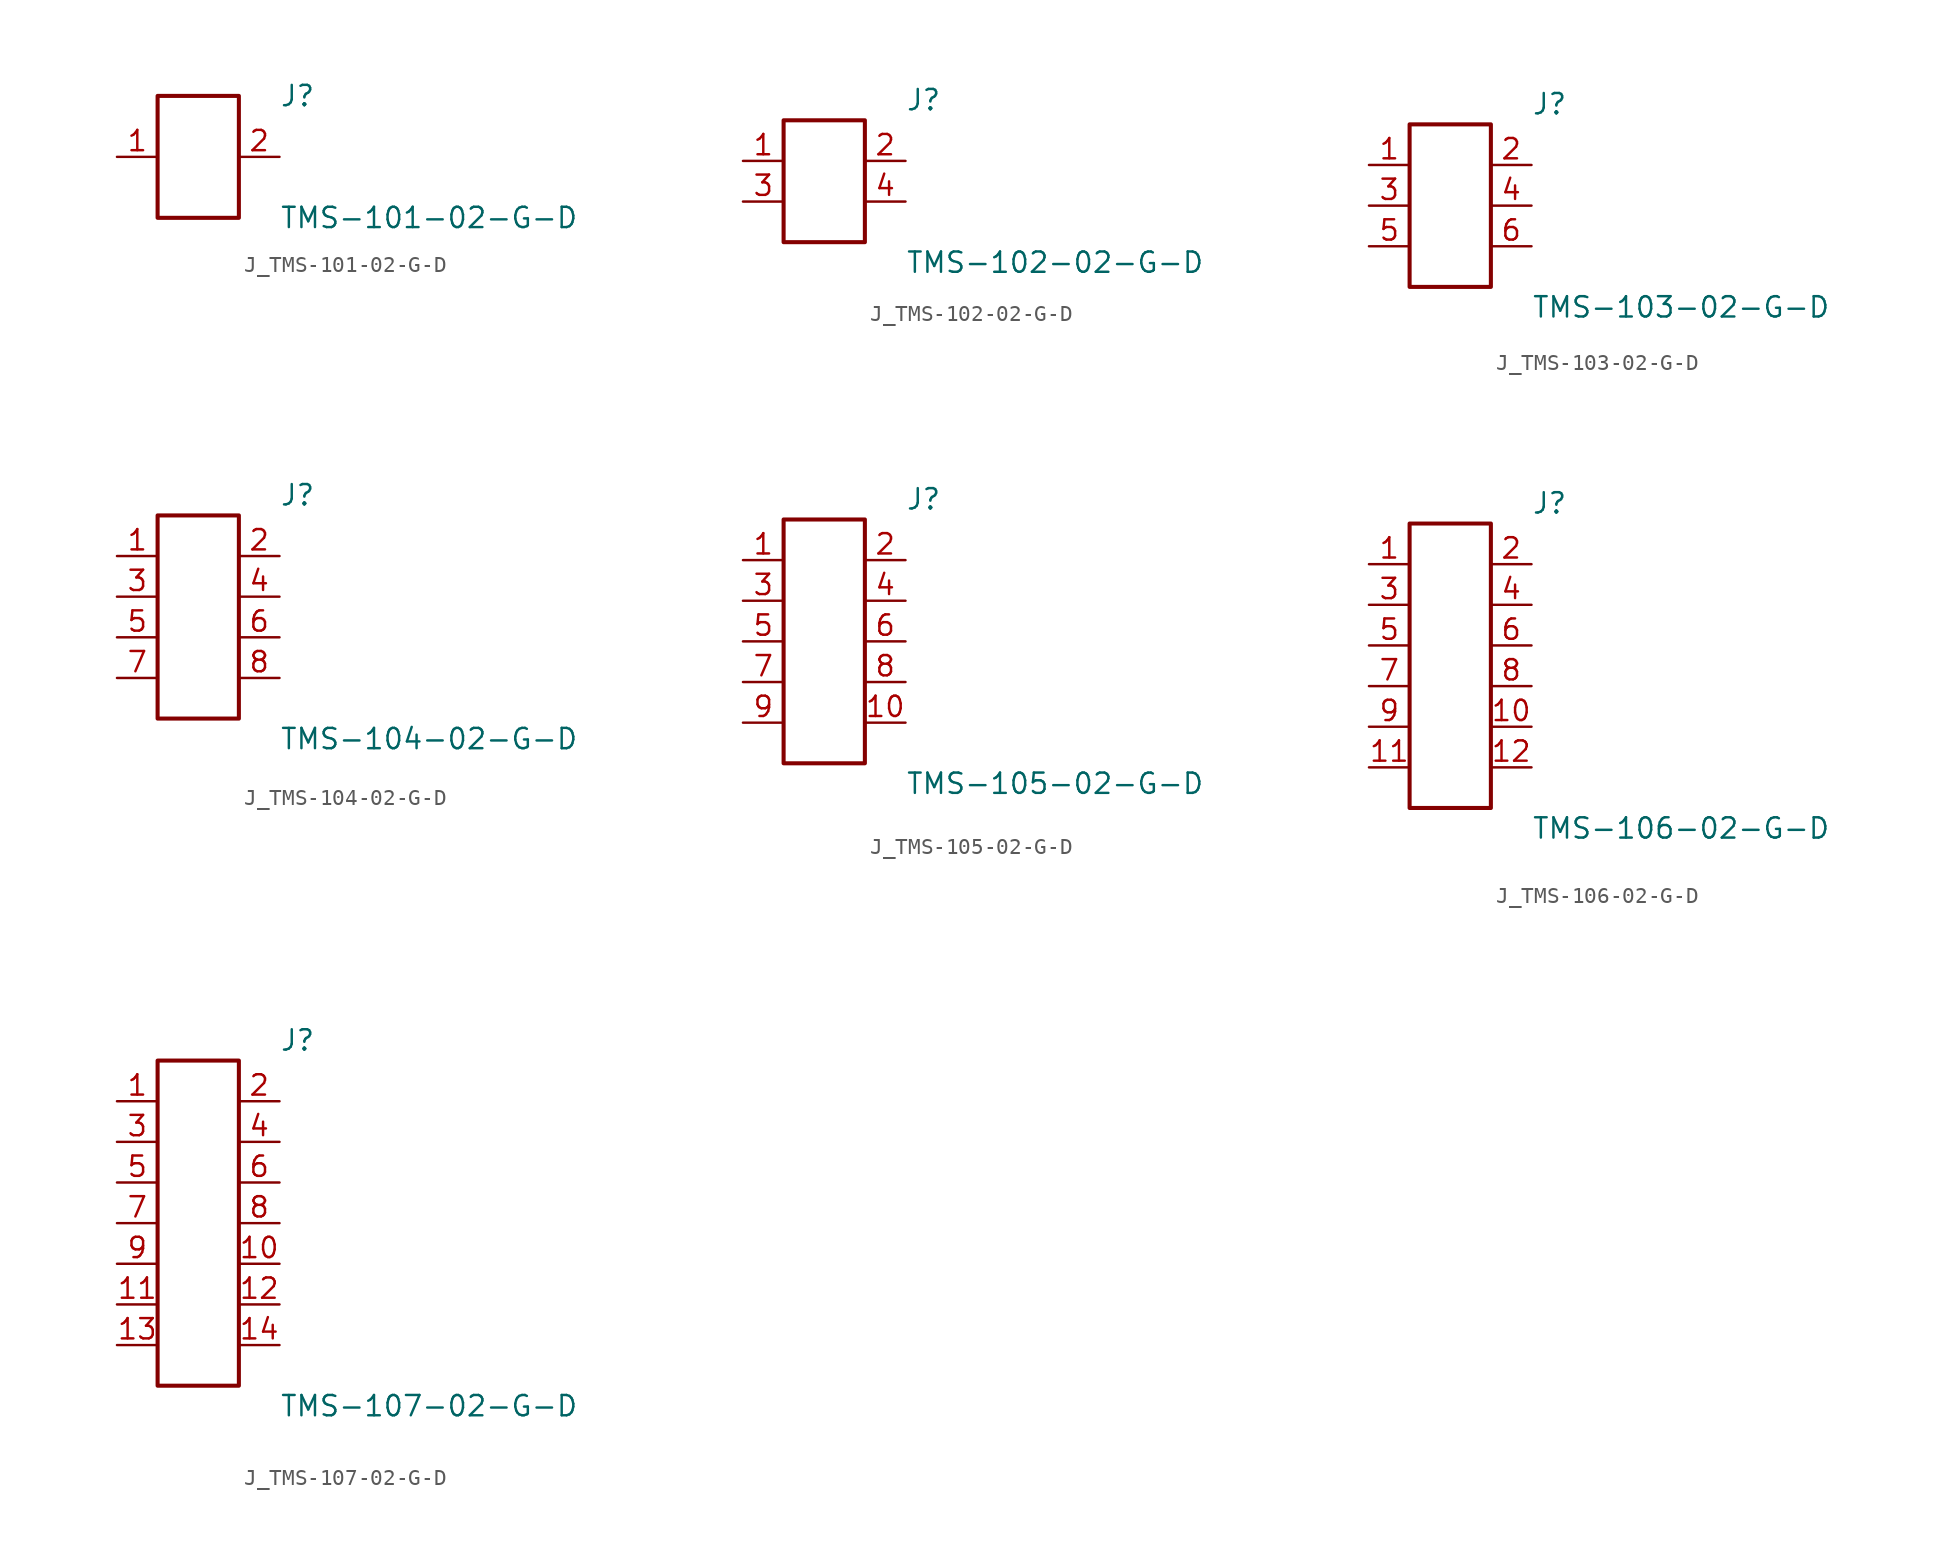
<source format=kicad_sym>
(kicad_symbol_lib
  (version 20231120)
  (generator kicad_symbol_editor)
  (generator_version 8.0)
  (symbol "J_TMS-101-02-G-D"
    (pin_names
      (offset 0.254))
    (property "Reference" "J"
      (at 5.08 3.81 0)
      (effects (font (size 1.27 1.27)) (justify left)))
    (property "Value" "TMS-101-02-G-D"
      (at 5.08 -3.81 0)
      (effects (font (size 1.27 1.27)) (justify left)))
    (symbol "J_TMS-101-02-G-D_0_0"
      (pin unspecified line (at -5.08 0.0 0) (length 2.54) (name "" (effects (font (size 1.27 1.27)))) (number "1" (effects (font (size 1.27 1.27)))))
      (pin unspecified line (at 5.08 0.0 180) (length 2.54) (name "" (effects (font (size 1.27 1.27)))) (number "2" (effects (font (size 1.27 1.27))))))
    (symbol "J_TMS-101-02-G-D_1_0"
      (rectangle (start -2.54 3.81) (end 2.54 -3.81) (stroke (width 0.254) (type solid)) (fill (type none)))))
  (symbol "J_TMS-102-02-G-D"
    (pin_names
      (offset 0.254))
    (property "Reference" "J"
      (at 5.08 5.08 0)
      (effects (font (size 1.27 1.27)) (justify left)))
    (property "Value" "TMS-102-02-G-D"
      (at 5.08 -5.08 0)
      (effects (font (size 1.27 1.27)) (justify left)))
    (symbol "J_TMS-102-02-G-D_0_0"
      (pin unspecified line (at -5.08 1.27 0) (length 2.54) (name "" (effects (font (size 1.27 1.27)))) (number "1" (effects (font (size 1.27 1.27)))))
      (pin unspecified line (at 5.08 1.27 180) (length 2.54) (name "" (effects (font (size 1.27 1.27)))) (number "2" (effects (font (size 1.27 1.27)))))
      (pin unspecified line (at -5.08 -1.27 0) (length 2.54) (name "" (effects (font (size 1.27 1.27)))) (number "3" (effects (font (size 1.27 1.27)))))
      (pin unspecified line (at 5.08 -1.27 180) (length 2.54) (name "" (effects (font (size 1.27 1.27)))) (number "4" (effects (font (size 1.27 1.27))))))
    (symbol "J_TMS-102-02-G-D_1_0"
      (rectangle (start -2.54 3.81) (end 2.54 -3.81) (stroke (width 0.254) (type solid)) (fill (type none)))))
  (symbol "J_TMS-103-02-G-D"
    (pin_names
      (offset 0.254))
    (property "Reference" "J"
      (at 5.08 6.35 0)
      (effects (font (size 1.27 1.27)) (justify left)))
    (property "Value" "TMS-103-02-G-D"
      (at 5.08 -6.35 0)
      (effects (font (size 1.27 1.27)) (justify left)))
    (symbol "J_TMS-103-02-G-D_0_0"
      (pin unspecified line (at -5.08 2.54 0) (length 2.54) (name "" (effects (font (size 1.27 1.27)))) (number "1" (effects (font (size 1.27 1.27)))))
      (pin unspecified line (at 5.08 2.54 180) (length 2.54) (name "" (effects (font (size 1.27 1.27)))) (number "2" (effects (font (size 1.27 1.27)))))
      (pin unspecified line (at -5.08 0.0 0) (length 2.54) (name "" (effects (font (size 1.27 1.27)))) (number "3" (effects (font (size 1.27 1.27)))))
      (pin unspecified line (at 5.08 0.0 180) (length 2.54) (name "" (effects (font (size 1.27 1.27)))) (number "4" (effects (font (size 1.27 1.27)))))
      (pin unspecified line (at -5.08 -2.54 0) (length 2.54) (name "" (effects (font (size 1.27 1.27)))) (number "5" (effects (font (size 1.27 1.27)))))
      (pin unspecified line (at 5.08 -2.54 180) (length 2.54) (name "" (effects (font (size 1.27 1.27)))) (number "6" (effects (font (size 1.27 1.27))))))
    (symbol "J_TMS-103-02-G-D_1_0"
      (rectangle (start -2.54 5.08) (end 2.54 -5.08) (stroke (width 0.254) (type solid)) (fill (type none)))))
  (symbol "J_TMS-104-02-G-D"
    (pin_names
      (offset 0.254))
    (property "Reference" "J"
      (at 5.08 7.62 0)
      (effects (font (size 1.27 1.27)) (justify left)))
    (property "Value" "TMS-104-02-G-D"
      (at 5.08 -7.62 0)
      (effects (font (size 1.27 1.27)) (justify left)))
    (symbol "J_TMS-104-02-G-D_0_0"
      (pin unspecified line (at -5.08 3.81 0) (length 2.54) (name "" (effects (font (size 1.27 1.27)))) (number "1" (effects (font (size 1.27 1.27)))))
      (pin unspecified line (at 5.08 3.81 180) (length 2.54) (name "" (effects (font (size 1.27 1.27)))) (number "2" (effects (font (size 1.27 1.27)))))
      (pin unspecified line (at -5.08 1.27 0) (length 2.54) (name "" (effects (font (size 1.27 1.27)))) (number "3" (effects (font (size 1.27 1.27)))))
      (pin unspecified line (at 5.08 1.27 180) (length 2.54) (name "" (effects (font (size 1.27 1.27)))) (number "4" (effects (font (size 1.27 1.27)))))
      (pin unspecified line (at -5.08 -1.27 0) (length 2.54) (name "" (effects (font (size 1.27 1.27)))) (number "5" (effects (font (size 1.27 1.27)))))
      (pin unspecified line (at 5.08 -1.27 180) (length 2.54) (name "" (effects (font (size 1.27 1.27)))) (number "6" (effects (font (size 1.27 1.27)))))
      (pin unspecified line (at -5.08 -3.81 0) (length 2.54) (name "" (effects (font (size 1.27 1.27)))) (number "7" (effects (font (size 1.27 1.27)))))
      (pin unspecified line (at 5.08 -3.81 180) (length 2.54) (name "" (effects (font (size 1.27 1.27)))) (number "8" (effects (font (size 1.27 1.27))))))
    (symbol "J_TMS-104-02-G-D_1_0"
      (rectangle (start -2.54 6.35) (end 2.54 -6.35) (stroke (width 0.254) (type solid)) (fill (type none)))))
  (symbol "J_TMS-105-02-G-D"
    (pin_names
      (offset 0.254))
    (property "Reference" "J"
      (at 5.08 8.89 0)
      (effects (font (size 1.27 1.27)) (justify left)))
    (property "Value" "TMS-105-02-G-D"
      (at 5.08 -8.89 0)
      (effects (font (size 1.27 1.27)) (justify left)))
    (symbol "J_TMS-105-02-G-D_0_0"
      (pin unspecified line (at -5.08 5.08 0) (length 2.54) (name "" (effects (font (size 1.27 1.27)))) (number "1" (effects (font (size 1.27 1.27)))))
      (pin unspecified line (at 5.08 5.08 180) (length 2.54) (name "" (effects (font (size 1.27 1.27)))) (number "2" (effects (font (size 1.27 1.27)))))
      (pin unspecified line (at -5.08 2.54 0) (length 2.54) (name "" (effects (font (size 1.27 1.27)))) (number "3" (effects (font (size 1.27 1.27)))))
      (pin unspecified line (at 5.08 2.54 180) (length 2.54) (name "" (effects (font (size 1.27 1.27)))) (number "4" (effects (font (size 1.27 1.27)))))
      (pin unspecified line (at -5.08 0.0 0) (length 2.54) (name "" (effects (font (size 1.27 1.27)))) (number "5" (effects (font (size 1.27 1.27)))))
      (pin unspecified line (at 5.08 0.0 180) (length 2.54) (name "" (effects (font (size 1.27 1.27)))) (number "6" (effects (font (size 1.27 1.27)))))
      (pin unspecified line (at -5.08 -2.54 0) (length 2.54) (name "" (effects (font (size 1.27 1.27)))) (number "7" (effects (font (size 1.27 1.27)))))
      (pin unspecified line (at 5.08 -2.54 180) (length 2.54) (name "" (effects (font (size 1.27 1.27)))) (number "8" (effects (font (size 1.27 1.27)))))
      (pin unspecified line (at -5.08 -5.08 0) (length 2.54) (name "" (effects (font (size 1.27 1.27)))) (number "9" (effects (font (size 1.27 1.27)))))
      (pin unspecified line (at 5.08 -5.08 180) (length 2.54) (name "" (effects (font (size 1.27 1.27)))) (number "10" (effects (font (size 1.27 1.27))))))
    (symbol "J_TMS-105-02-G-D_1_0"
      (rectangle (start -2.54 7.62) (end 2.54 -7.62) (stroke (width 0.254) (type solid)) (fill (type none)))))
  (symbol "J_TMS-106-02-G-D"
    (pin_names
      (offset 0.254))
    (property "Reference" "J"
      (at 5.08 10.16 0)
      (effects (font (size 1.27 1.27)) (justify left)))
    (property "Value" "TMS-106-02-G-D"
      (at 5.08 -10.16 0)
      (effects (font (size 1.27 1.27)) (justify left)))
    (symbol "J_TMS-106-02-G-D_0_0"
      (pin unspecified line (at -5.08 6.35 0) (length 2.54) (name "" (effects (font (size 1.27 1.27)))) (number "1" (effects (font (size 1.27 1.27)))))
      (pin unspecified line (at 5.08 6.35 180) (length 2.54) (name "" (effects (font (size 1.27 1.27)))) (number "2" (effects (font (size 1.27 1.27)))))
      (pin unspecified line (at -5.08 3.81 0) (length 2.54) (name "" (effects (font (size 1.27 1.27)))) (number "3" (effects (font (size 1.27 1.27)))))
      (pin unspecified line (at 5.08 3.81 180) (length 2.54) (name "" (effects (font (size 1.27 1.27)))) (number "4" (effects (font (size 1.27 1.27)))))
      (pin unspecified line (at -5.08 1.27 0) (length 2.54) (name "" (effects (font (size 1.27 1.27)))) (number "5" (effects (font (size 1.27 1.27)))))
      (pin unspecified line (at 5.08 1.27 180) (length 2.54) (name "" (effects (font (size 1.27 1.27)))) (number "6" (effects (font (size 1.27 1.27)))))
      (pin unspecified line (at -5.08 -1.27 0) (length 2.54) (name "" (effects (font (size 1.27 1.27)))) (number "7" (effects (font (size 1.27 1.27)))))
      (pin unspecified line (at 5.08 -1.27 180) (length 2.54) (name "" (effects (font (size 1.27 1.27)))) (number "8" (effects (font (size 1.27 1.27)))))
      (pin unspecified line (at -5.08 -3.81 0) (length 2.54) (name "" (effects (font (size 1.27 1.27)))) (number "9" (effects (font (size 1.27 1.27)))))
      (pin unspecified line (at 5.08 -3.81 180) (length 2.54) (name "" (effects (font (size 1.27 1.27)))) (number "10" (effects (font (size 1.27 1.27)))))
      (pin unspecified line (at -5.08 -6.35 0) (length 2.54) (name "" (effects (font (size 1.27 1.27)))) (number "11" (effects (font (size 1.27 1.27)))))
      (pin unspecified line (at 5.08 -6.35 180) (length 2.54) (name "" (effects (font (size 1.27 1.27)))) (number "12" (effects (font (size 1.27 1.27))))))
    (symbol "J_TMS-106-02-G-D_1_0"
      (rectangle (start -2.54 8.89) (end 2.54 -8.89) (stroke (width 0.254) (type solid)) (fill (type none)))))
  (symbol "J_TMS-107-02-G-D"
    (pin_names
      (offset 0.254))
    (property "Reference" "J"
      (at 5.08 11.43 0)
      (effects (font (size 1.27 1.27)) (justify left)))
    (property "Value" "TMS-107-02-G-D"
      (at 5.08 -11.43 0)
      (effects (font (size 1.27 1.27)) (justify left)))
    (symbol "J_TMS-107-02-G-D_0_0"
      (pin unspecified line (at -5.08 7.62 0) (length 2.54) (name "" (effects (font (size 1.27 1.27)))) (number "1" (effects (font (size 1.27 1.27)))))
      (pin unspecified line (at 5.08 7.62 180) (length 2.54) (name "" (effects (font (size 1.27 1.27)))) (number "2" (effects (font (size 1.27 1.27)))))
      (pin unspecified line (at -5.08 5.08 0) (length 2.54) (name "" (effects (font (size 1.27 1.27)))) (number "3" (effects (font (size 1.27 1.27)))))
      (pin unspecified line (at 5.08 5.08 180) (length 2.54) (name "" (effects (font (size 1.27 1.27)))) (number "4" (effects (font (size 1.27 1.27)))))
      (pin unspecified line (at -5.08 2.54 0) (length 2.54) (name "" (effects (font (size 1.27 1.27)))) (number "5" (effects (font (size 1.27 1.27)))))
      (pin unspecified line (at 5.08 2.54 180) (length 2.54) (name "" (effects (font (size 1.27 1.27)))) (number "6" (effects (font (size 1.27 1.27)))))
      (pin unspecified line (at -5.08 0.0 0) (length 2.54) (name "" (effects (font (size 1.27 1.27)))) (number "7" (effects (font (size 1.27 1.27)))))
      (pin unspecified line (at 5.08 0.0 180) (length 2.54) (name "" (effects (font (size 1.27 1.27)))) (number "8" (effects (font (size 1.27 1.27)))))
      (pin unspecified line (at -5.08 -2.54 0) (length 2.54) (name "" (effects (font (size 1.27 1.27)))) (number "9" (effects (font (size 1.27 1.27)))))
      (pin unspecified line (at 5.08 -2.54 180) (length 2.54) (name "" (effects (font (size 1.27 1.27)))) (number "10" (effects (font (size 1.27 1.27)))))
      (pin unspecified line (at -5.08 -5.08 0) (length 2.54) (name "" (effects (font (size 1.27 1.27)))) (number "11" (effects (font (size 1.27 1.27)))))
      (pin unspecified line (at 5.08 -5.08 180) (length 2.54) (name "" (effects (font (size 1.27 1.27)))) (number "12" (effects (font (size 1.27 1.27)))))
      (pin unspecified line (at -5.08 -7.62 0) (length 2.54) (name "" (effects (font (size 1.27 1.27)))) (number "13" (effects (font (size 1.27 1.27)))))
      (pin unspecified line (at 5.08 -7.62 180) (length 2.54) (name "" (effects (font (size 1.27 1.27)))) (number "14" (effects (font (size 1.27 1.27))))))
    (symbol "J_TMS-107-02-G-D_1_0"
      (rectangle (start -2.54 10.16) (end 2.54 -10.16) (stroke (width 0.254) (type solid)) (fill (type none))))))
</source>
